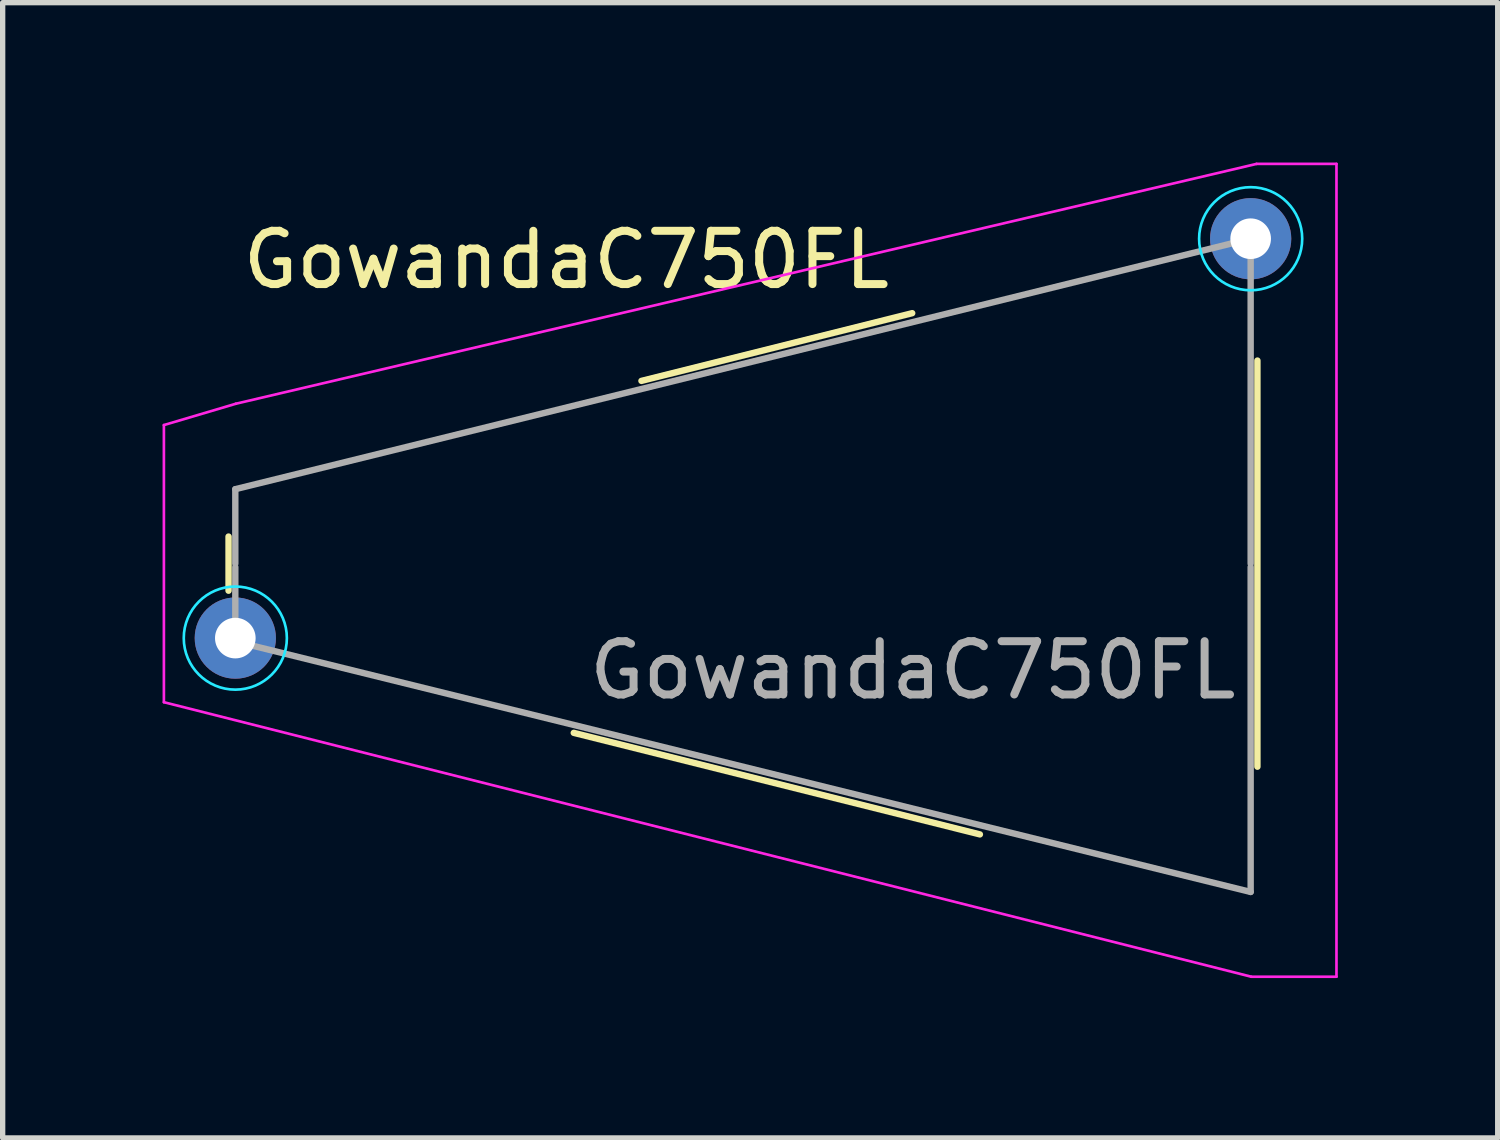
<source format=kicad_pcb>
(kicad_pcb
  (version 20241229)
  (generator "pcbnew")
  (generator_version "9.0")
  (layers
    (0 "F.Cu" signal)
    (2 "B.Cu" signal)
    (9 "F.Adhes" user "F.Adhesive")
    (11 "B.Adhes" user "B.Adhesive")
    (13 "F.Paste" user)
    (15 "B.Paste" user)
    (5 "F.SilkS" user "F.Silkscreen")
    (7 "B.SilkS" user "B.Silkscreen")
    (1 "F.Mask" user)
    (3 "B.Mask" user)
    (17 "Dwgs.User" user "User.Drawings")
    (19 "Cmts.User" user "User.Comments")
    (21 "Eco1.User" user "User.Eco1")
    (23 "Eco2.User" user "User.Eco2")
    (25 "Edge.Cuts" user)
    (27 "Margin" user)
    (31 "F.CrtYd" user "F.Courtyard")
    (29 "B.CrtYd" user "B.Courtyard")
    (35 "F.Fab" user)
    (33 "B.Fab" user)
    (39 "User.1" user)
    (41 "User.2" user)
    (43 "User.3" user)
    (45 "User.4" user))
  (footprint "GowandaC750FL"
    (layer "F.Cu")
    (at 11.525 7.525)
    (property "Reference" "GowandaC750FL" (at -3.95 -5.7 0) (unlocked yes) (layer "F.SilkS") (effects (font (size 1 1) (thickness 0.15))))
    (attr through_hole)
    (fp_line (start -10.287 -0.508) (end -10.287 0.508) (stroke (width 0.12) (type solid)) (layer "F.SilkS"))
    (fp_line (start -3.81 3.175) (end 3.81 5.08) (stroke (width 0.12) (type solid)) (layer "F.SilkS"))
    (fp_line (start -2.54 -3.429) (end 2.54 -4.699) (stroke (width 0.12) (type solid)) (layer "F.SilkS"))
    (fp_line (start 9.017 -3.81) (end 9.017 3.81) (stroke (width 0.12) (type solid)) (layer "F.SilkS"))
    (fp_circle (center -10.16 1.397) (end -9.779 0.508) (stroke (width 0.05) (type solid)) (fill no) (layer "B.CrtYd"))
    (fp_circle (center 8.89 -6.096) (end 9.271 -6.985) (stroke (width 0.05) (type solid)) (fill no) (layer "B.CrtYd"))
    (fp_line (start -11.5 -2.6) (end -10.15 -3) (stroke (width 0.05) (type solid)) (layer "F.CrtYd"))
    (fp_line (start -11.5 2.6) (end -11.5 -2.6) (stroke (width 0.05) (type solid)) (layer "F.CrtYd"))
    (fp_line (start -10.15 -3) (end 9 -7.5) (stroke (width 0.05) (type solid)) (layer "F.CrtYd"))
    (fp_line (start 8.9 7.75) (end -11.5 2.6) (stroke (width 0.05) (type solid)) (layer "F.CrtYd"))
    (fp_line (start 9 -7.5) (end 10.5 -7.5) (stroke (width 0.05) (type solid)) (layer "F.CrtYd"))
    (fp_line (start 10.5 -7.5) (end 10.5 7.75) (stroke (width 0.05) (type solid)) (layer "F.CrtYd"))
    (fp_line (start 10.5 7.75) (end 8.9 7.75) (stroke (width 0.05) (type solid)) (layer "F.CrtYd"))
    (fp_line (start -10.16 -1.397) (end 8.89 -6.096) (stroke (width 0.12) (type solid)) (layer "F.Fab"))
    (fp_line (start -10.16 0) (end -10.16 -1.397) (stroke (width 0.12) (type solid)) (layer "F.Fab"))
    (fp_line (start -10.16 0.064) (end -10.16 1.46) (stroke (width 0.12) (type solid)) (layer "F.Fab"))
    (fp_line (start -10.16 1.46) (end 8.89 6.16) (stroke (width 0.12) (type solid)) (layer "F.Fab"))
    (fp_line (start 8.89 -6.096) (end 8.89 0) (stroke (width 0.12) (type solid)) (layer "F.Fab"))
    (fp_line (start 8.89 6.16) (end 8.89 0.064) (stroke (width 0.12) (type solid)) (layer "F.Fab"))
    (fp_text user "${REFERENCE}" (at 2.55 2 0) (unlocked yes) (layer "F.Fab") (effects (font (size 1 1) (thickness 0.15))))
    (pad "1" thru_hole circle (at -10.16 1.397) (size 1.524 1.524) (drill 0.762) (layers "*.Cu" "*.Mask"))
    (pad "2" thru_hole circle (at 8.89 -6.096) (size 1.524 1.524) (drill 0.762) (layers "*.Cu" "*.Mask")))
  (gr_rect
    (start -3 -3)
    (end 25.05 18.3)
    (stroke (width 0.1) (type default))
    (fill no)
    (layer "Edge.Cuts")))
</source>
